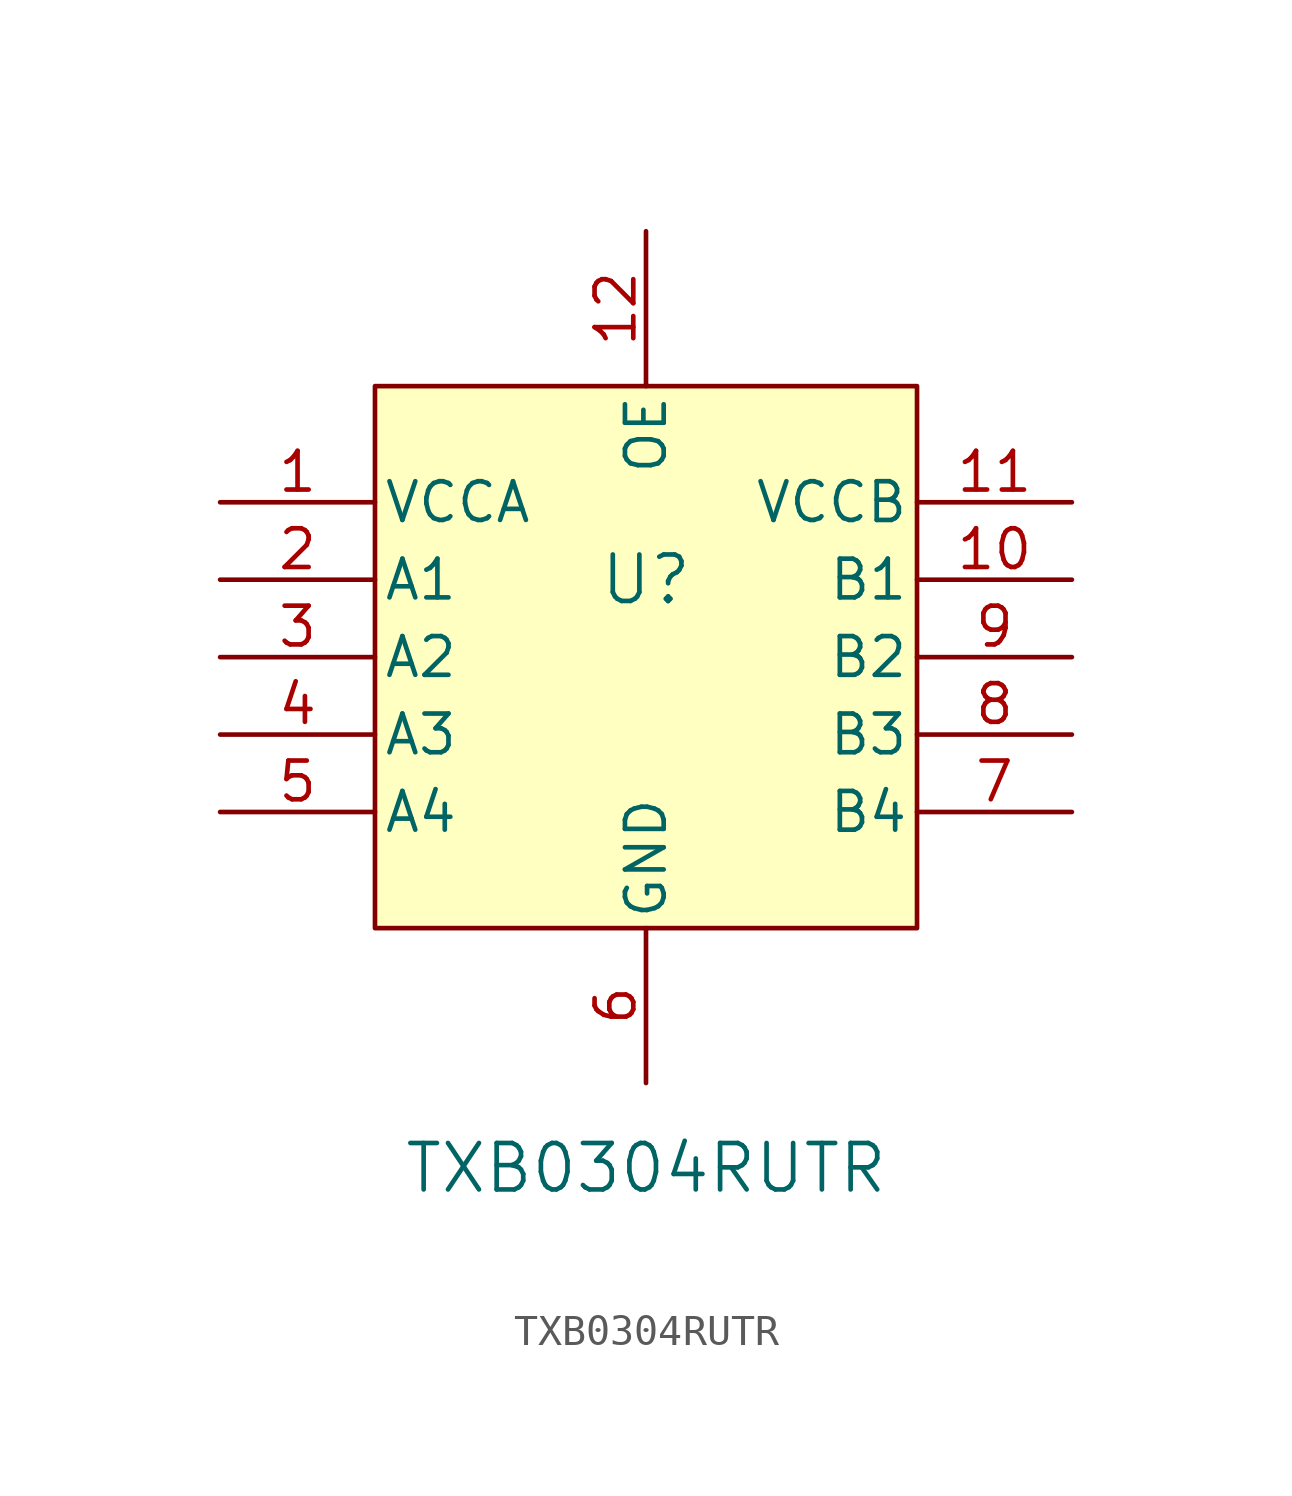
<source format=kicad_sym>
(kicad_symbol_lib
  (version 20241209)
  (generator "kicad_symbol_editor")
  (generator_version "9.0")
  (symbol "TXB0304RUTR"
    (pin_names
      (offset 0.254))
    (property "Reference" "U"
      (at 0 2.54 0)
      (effects (font (size 1.524 1.524))))
    (property "Value" "TXB0304RUTR"
      (at 0 -16.764 0)
      (effects (font (size 1.524 1.524))))
    (symbol "TXB0304RUTR_0_1"
      (pin power_in line (at -13.97 5.08 0) (length 5.08) (name "VCCA" (effects (font (size 1.27 1.27)))) (number "1" (effects (font (size 1.27 1.27)))))
      (pin bidirectional line (at -13.97 2.54 0) (length 5.08) (name "A1" (effects (font (size 1.27 1.27)))) (number "2" (effects (font (size 1.27 1.27)))))
      (pin bidirectional line (at -13.97 0 0) (length 5.08) (name "A2" (effects (font (size 1.27 1.27)))) (number "3" (effects (font (size 1.27 1.27)))))
      (pin bidirectional line (at -13.97 -2.54 0) (length 5.08) (name "A3" (effects (font (size 1.27 1.27)))) (number "4" (effects (font (size 1.27 1.27)))))
      (pin bidirectional line (at -13.97 -5.08 0) (length 5.08) (name "A4" (effects (font (size 1.27 1.27)))) (number "5" (effects (font (size 1.27 1.27)))))
      (pin input line (at 0 13.97 270) (length 5.08) (name "OE" (effects (font (size 1.27 1.27)))) (number "12" (effects (font (size 1.27 1.27)))))
      (pin power_in line (at 0 -13.97 90) (length 5.08) (name "GND" (effects (font (size 1.27 1.27)))) (number "6" (effects (font (size 1.27 1.27)))))
      (pin power_in line (at 13.97 5.08 180) (length 5.08) (name "VCCB" (effects (font (size 1.27 1.27)))) (number "11" (effects (font (size 1.27 1.27)))))
      (pin bidirectional line (at 13.97 2.54 180) (length 5.08) (name "B1" (effects (font (size 1.27 1.27)))) (number "10" (effects (font (size 1.27 1.27)))))
      (pin bidirectional line (at 13.97 0 180) (length 5.08) (name "B2" (effects (font (size 1.27 1.27)))) (number "9" (effects (font (size 1.27 1.27)))))
      (pin bidirectional line (at 13.97 -2.54 180) (length 5.08) (name "B3" (effects (font (size 1.27 1.27)))) (number "8" (effects (font (size 1.27 1.27)))))
      (pin bidirectional line (at 13.97 -5.08 180) (length 5.08) (name "B4" (effects (font (size 1.27 1.27)))) (number "7" (effects (font (size 1.27 1.27))))))
    (symbol "TXB0304RUTR_1_1"
      (rectangle (start -8.89 8.89) (end 8.89 -8.89) (stroke (width 0) (type solid)) (fill (type background))))))
</source>
